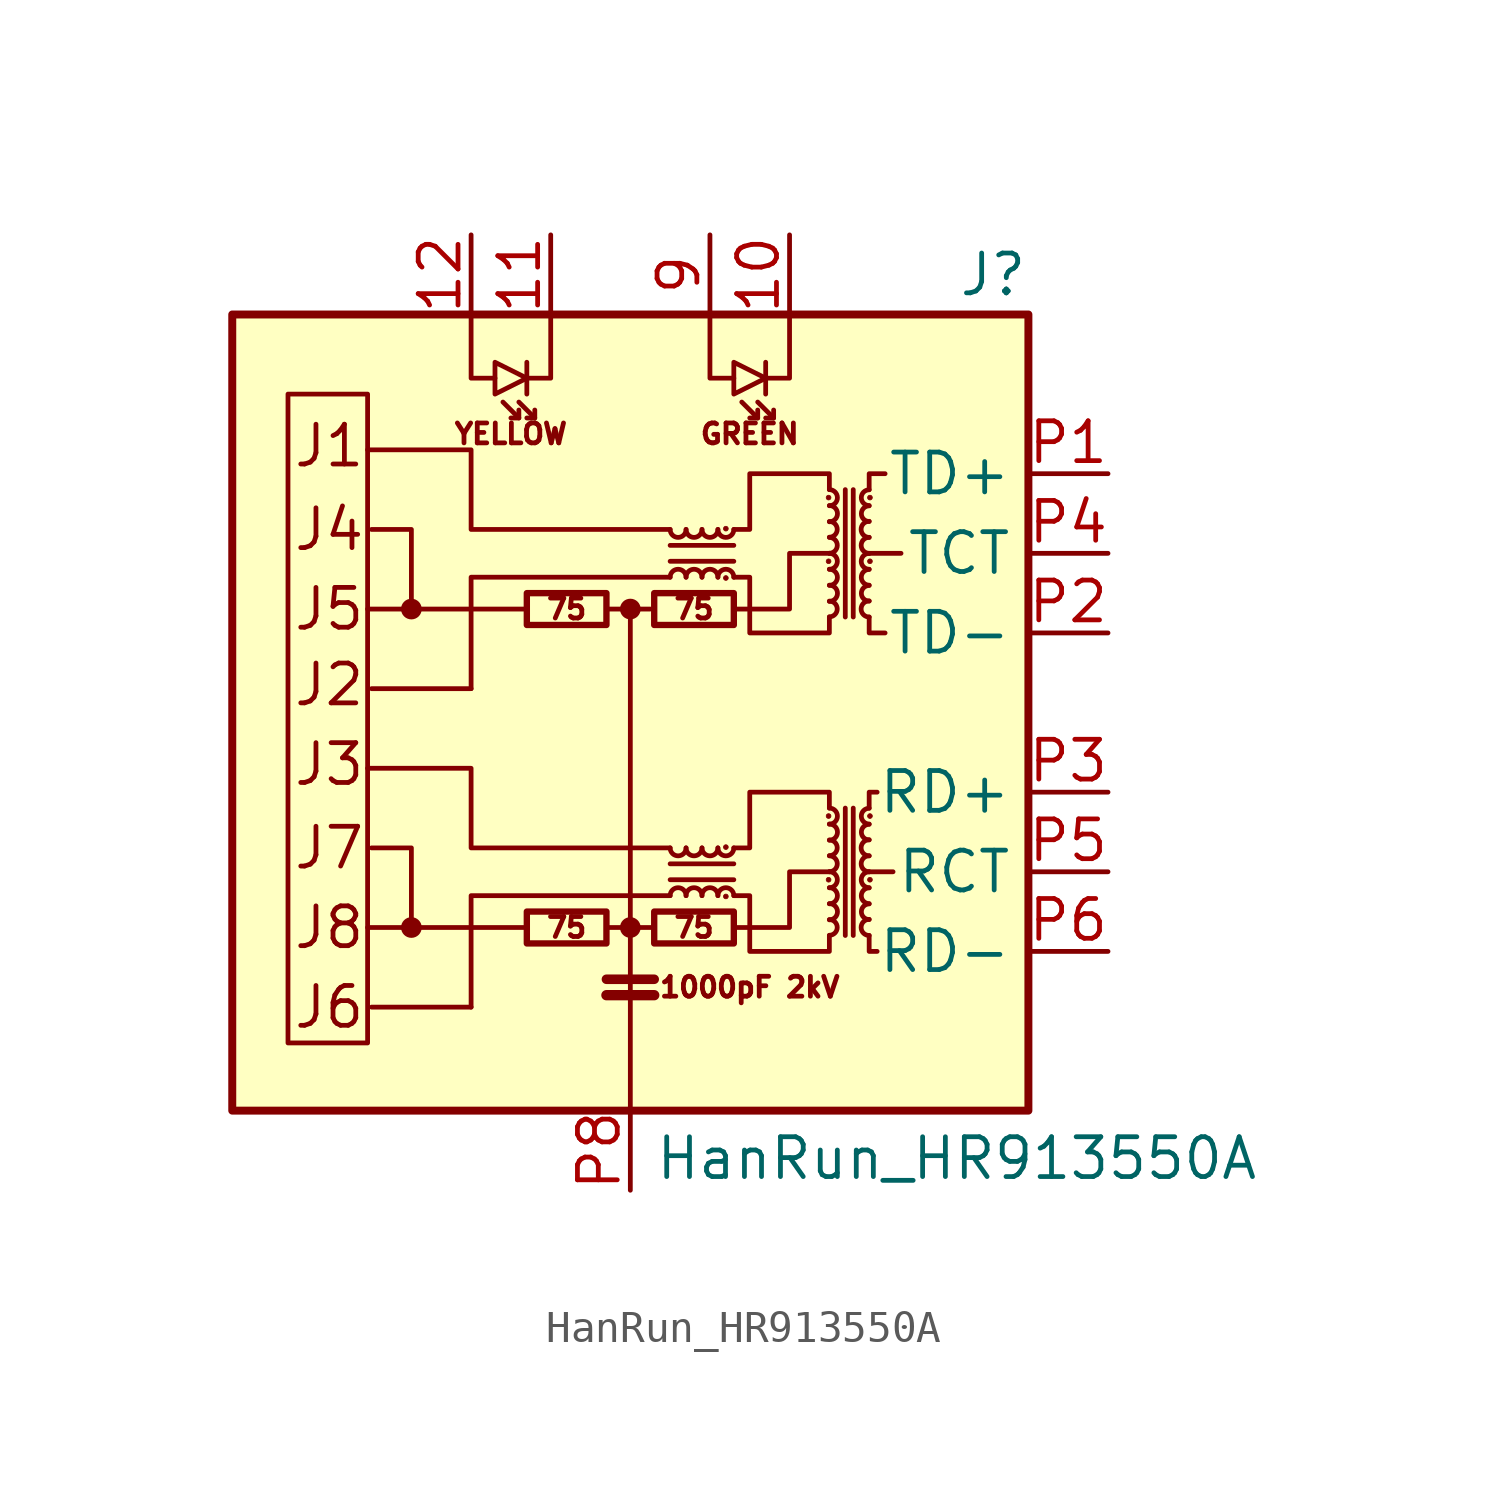
<source format=kicad_sym>
(kicad_symbol_lib
  (version 20211014)
  (generator kicad_symbol_editor)
  (symbol "HanRun_HR913550A"
    (property "Reference" "J"
      (at 12.7 13.97 0)
      (effects (font (size 1.27 1.27)) (justify right)))
    (property "Value" "HanRun_HR913550A"
      (at 10.414 -14.224 0)
      (effects (font (size 1.27 1.27))))
    (symbol "HanRun_HR913550A_0_0"
      (rectangle (start -12.7 12.7) (end 12.7 -12.7) (stroke (width 0.254) (type default) (color 0 0 0 0)) (fill (type background)))
      (polyline (pts (xy -3.302 -6.858) (xy -8.382 -6.858)) (stroke (width 0) (type default) (color 0 0 0 0)) (fill (type none)))
      (polyline (pts (xy -3.302 3.302) (xy -8.382 3.302)) (stroke (width 0) (type default) (color 0 0 0 0)) (fill (type none)))
      (polyline (pts (xy 8.382 -5.08) (xy 7.62 -5.08)) (stroke (width 0) (type default) (color 0 0 0 0)) (fill (type none)))
      (polyline (pts (xy 8.636 5.08) (xy 7.62 5.08)) (stroke (width 0) (type default) (color 0 0 0 0)) (fill (type none)))
      (polyline (pts (xy 1.27 -4.318) (xy -5.08 -4.318) (xy -5.08 -1.778) (xy -8.382 -1.778)) (stroke (width 0) (type default) (color 0 0 0 0)) (fill (type none)))
      (polyline (pts (xy 1.27 5.842) (xy -5.08 5.842) (xy -5.08 8.382) (xy -8.382 8.382)) (stroke (width 0) (type default) (color 0 0 0 0)) (fill (type none)))
      (polyline (pts (xy 3.302 -6.858) (xy 5.08 -6.858) (xy 5.08 -5.08) (xy 6.35 -5.08)) (stroke (width 0) (type default) (color 0 0 0 0)) (fill (type none)))
      (polyline (pts (xy 3.302 3.302) (xy 5.08 3.302) (xy 5.08 5.08) (xy 6.35 5.08)) (stroke (width 0) (type default) (color 0 0 0 0)) (fill (type none)))
      (text "1000pF 2kV" (at 3.81 -8.763 0) (effects (font (size 0.635 0.635))))
      (text "75" (at -2.032 -6.858 0) (effects (font (size 0.635 0.635))))
      (text "75" (at -2.032 3.302 0) (effects (font (size 0.635 0.635))))
      (text "75" (at 2.032 -6.858 0) (effects (font (size 0.635 0.635))))
      (text "75" (at 2.032 3.302 0) (effects (font (size 0.635 0.635))))
      (text "GREEN" (at 3.81 8.89 0) (effects (font (size 0.635 0.635))))
      (text "J1" (at -10.795 8.509 0) (effects (font (size 1.27 1.27)) (justify left)))
      (text "J2" (at -10.795 0.889 0) (effects (font (size 1.27 1.27)) (justify left)))
      (text "J3" (at -10.795 -1.651 0) (effects (font (size 1.27 1.27)) (justify left)))
      (text "J4" (at -10.795 5.842 0) (effects (font (size 1.27 1.27)) (justify left)))
      (text "J5" (at -10.795 3.302 0) (effects (font (size 1.27 1.27)) (justify left)))
      (text "J6" (at -10.795 -9.398 0) (effects (font (size 1.27 1.27)) (justify left)))
      (text "J7" (at -10.795 -4.318 0) (effects (font (size 1.27 1.27)) (justify left)))
      (text "J8" (at -10.795 -6.858 0) (effects (font (size 1.27 1.27)) (justify left)))
      (text "YELLOW" (at -3.81 8.89 0) (effects (font (size 0.635 0.635)))))
    (symbol "HanRun_HR913550A_0_1"
      (rectangle (start -8.382 -10.541) (end -10.922 10.16) (stroke (width 0) (type default) (color 0 0 0 0)) (fill (type none)))
      (circle (center -6.985 -6.858) (radius 0.254) (stroke (width 0) (type default) (color 0 0 0 0)) (fill (type outline)))
      (circle (center -6.985 3.302) (radius 0.254) (stroke (width 0) (type default) (color 0 0 0 0)) (fill (type outline)))
      (rectangle (start -3.302 -7.366) (end -0.762 -6.35) (stroke (width 0.203) (type default) (color 0 0 0 0)) (fill (type none)))
      (rectangle (start -3.302 2.794) (end -0.762 3.81) (stroke (width 0.203) (type default) (color 0 0 0 0)) (fill (type none)))
      (circle (center 0 -6.858) (radius 0.254) (stroke (width 0) (type default) (color 0 0 0 0)) (fill (type outline)))
      (polyline (pts (xy -5.08 -9.398) (xy -8.255 -9.398)) (stroke (width 0) (type default) (color 0 0 0 0)) (fill (type none)))
      (polyline (pts (xy -5.08 0.762) (xy -8.255 0.762)) (stroke (width 0) (type default) (color 0 0 0 0)) (fill (type none)))
      (polyline (pts (xy -3.556 9.398) (xy -4.064 9.906)) (stroke (width 0) (type default) (color 0 0 0 0)) (fill (type none)))
      (polyline (pts (xy -3.302 11.176) (xy -3.302 10.16)) (stroke (width 0) (type default) (color 0 0 0 0)) (fill (type none)))
      (polyline (pts (xy -3.048 9.398) (xy -3.556 9.906)) (stroke (width 0) (type default) (color 0 0 0 0)) (fill (type none)))
      (polyline (pts (xy -0.762 -9.017) (xy 0.762 -9.017)) (stroke (width 0.33) (type default) (color 0 0 0 0)) (fill (type none)))
      (polyline (pts (xy -0.762 -8.509) (xy 0.762 -8.509)) (stroke (width 0.305) (type default) (color 0 0 0 0)) (fill (type none)))
      (polyline (pts (xy 0 3.302) (xy -0.762 3.302)) (stroke (width 0) (type default) (color 0 0 0 0)) (fill (type none)))
      (polyline (pts (xy 0.762 -6.858) (xy -0.762 -6.858)) (stroke (width 0) (type default) (color 0 0 0 0)) (fill (type none)))
      (polyline (pts (xy 1.27 -5.334) (xy 3.302 -5.334)) (stroke (width 0) (type default) (color 0 0 0 0)) (fill (type none)))
      (polyline (pts (xy 1.27 4.826) (xy 3.302 4.826)) (stroke (width 0) (type default) (color 0 0 0 0)) (fill (type none)))
      (polyline (pts (xy 3.302 -4.826) (xy 1.27 -4.826)) (stroke (width 0) (type default) (color 0 0 0 0)) (fill (type none)))
      (polyline (pts (xy 3.302 5.334) (xy 1.27 5.334)) (stroke (width 0) (type default) (color 0 0 0 0)) (fill (type none)))
      (polyline (pts (xy 4.064 9.398) (xy 3.556 9.906)) (stroke (width 0) (type default) (color 0 0 0 0)) (fill (type none)))
      (polyline (pts (xy 4.318 11.176) (xy 4.318 10.16)) (stroke (width 0) (type default) (color 0 0 0 0)) (fill (type none)))
      (polyline (pts (xy 4.572 9.398) (xy 4.064 9.906)) (stroke (width 0) (type default) (color 0 0 0 0)) (fill (type none)))
      (polyline (pts (xy 6.858 -3.048) (xy 6.858 -7.112)) (stroke (width 0) (type default) (color 0 0 0 0)) (fill (type none)))
      (polyline (pts (xy 6.858 7.112) (xy 6.858 3.048)) (stroke (width 0) (type default) (color 0 0 0 0)) (fill (type none)))
      (polyline (pts (xy 7.112 -7.112) (xy 7.112 -3.048)) (stroke (width 0) (type default) (color 0 0 0 0)) (fill (type none)))
      (polyline (pts (xy 7.112 3.048) (xy 7.112 7.112)) (stroke (width 0) (type default) (color 0 0 0 0)) (fill (type none)))
      (polyline (pts (xy -6.985 -6.858) (xy -6.985 -4.318) (xy -8.255 -4.318)) (stroke (width 0) (type default) (color 0 0 0 0)) (fill (type none)))
      (polyline (pts (xy -6.985 3.302) (xy -6.985 5.842) (xy -8.255 5.842)) (stroke (width 0) (type default) (color 0 0 0 0)) (fill (type none)))
      (polyline (pts (xy -5.08 12.7) (xy -5.08 10.668) (xy -4.318 10.668)) (stroke (width 0) (type default) (color 0 0 0 0)) (fill (type none)))
      (polyline (pts (xy -3.556 9.652) (xy -3.556 9.398) (xy -3.81 9.398)) (stroke (width 0) (type default) (color 0 0 0 0)) (fill (type none)))
      (polyline (pts (xy -3.048 9.652) (xy -3.048 9.398) (xy -3.302 9.398)) (stroke (width 0) (type default) (color 0 0 0 0)) (fill (type none)))
      (polyline (pts (xy -2.54 12.7) (xy -2.54 10.668) (xy -3.302 10.668)) (stroke (width 0) (type default) (color 0 0 0 0)) (fill (type none)))
      (polyline (pts (xy 0 -12.7) (xy 0 3.302) (xy 0.635 3.302)) (stroke (width 0) (type default) (color 0 0 0 0)) (fill (type none)))
      (polyline (pts (xy 1.27 -5.842) (xy -5.08 -5.842) (xy -5.08 -9.398)) (stroke (width 0) (type default) (color 0 0 0 0)) (fill (type none)))
      (polyline (pts (xy 1.27 4.318) (xy -5.08 4.318) (xy -5.08 0.762)) (stroke (width 0) (type default) (color 0 0 0 0)) (fill (type none)))
      (polyline (pts (xy 2.54 12.7) (xy 2.54 10.668) (xy 3.302 10.668)) (stroke (width 0) (type default) (color 0 0 0 0)) (fill (type none)))
      (polyline (pts (xy 4.064 9.652) (xy 4.064 9.398) (xy 3.81 9.398)) (stroke (width 0) (type default) (color 0 0 0 0)) (fill (type none)))
      (polyline (pts (xy 4.572 9.652) (xy 4.572 9.398) (xy 4.318 9.398)) (stroke (width 0) (type default) (color 0 0 0 0)) (fill (type none)))
      (polyline (pts (xy 5.08 12.7) (xy 5.08 10.668) (xy 4.318 10.668)) (stroke (width 0) (type default) (color 0 0 0 0)) (fill (type none)))
      (polyline (pts (xy 7.62 -7.112) (xy 7.62 -7.62) (xy 7.874 -7.62)) (stroke (width 0) (type default) (color 0 0 0 0)) (fill (type none)))
      (polyline (pts (xy 7.62 -3.048) (xy 7.62 -2.54) (xy 7.874 -2.54)) (stroke (width 0) (type default) (color 0 0 0 0)) (fill (type none)))
      (polyline (pts (xy 7.62 3.048) (xy 7.62 2.54) (xy 8.128 2.54)) (stroke (width 0) (type default) (color 0 0 0 0)) (fill (type none)))
      (polyline (pts (xy 7.62 7.112) (xy 7.62 7.62) (xy 8.128 7.62)) (stroke (width 0) (type default) (color 0 0 0 0)) (fill (type none)))
      (polyline (pts (xy -3.302 10.668) (xy -4.318 11.176) (xy -4.318 10.16) (xy -3.302 10.668)) (stroke (width 0) (type default) (color 0 0 0 0)) (fill (type none)))
      (polyline (pts (xy 4.318 10.668) (xy 3.302 11.176) (xy 3.302 10.16) (xy 4.318 10.668)) (stroke (width 0) (type default) (color 0 0 0 0)) (fill (type none)))
      (polyline (pts (xy 3.302 -4.318) (xy 3.81 -4.318) (xy 3.81 -2.54) (xy 6.35 -2.54) (xy 6.35 -3.048)) (stroke (width 0) (type default) (color 0 0 0 0)) (fill (type none)))
      (polyline (pts (xy 3.302 5.842) (xy 3.81 5.842) (xy 3.81 7.62) (xy 6.35 7.62) (xy 6.35 7.112)) (stroke (width 0) (type default) (color 0 0 0 0)) (fill (type none)))
      (polyline (pts (xy 6.35 -7.112) (xy 6.35 -7.62) (xy 3.81 -7.62) (xy 3.81 -5.842) (xy 3.302 -5.842)) (stroke (width 0) (type default) (color 0 0 0 0)) (fill (type none)))
      (polyline (pts (xy 6.35 3.048) (xy 6.35 2.54) (xy 3.81 2.54) (xy 3.81 4.318) (xy 3.302 4.318)) (stroke (width 0) (type default) (color 0 0 0 0)) (fill (type none)))
      (circle (center 0 3.302) (radius 0.254) (stroke (width 0) (type default) (color 0 0 0 0)) (fill (type outline)))
      (rectangle (start 0.762 -7.366) (end 3.302 -6.35) (stroke (width 0.203) (type default) (color 0 0 0 0)) (fill (type none)))
      (rectangle (start 0.762 2.794) (end 3.302 3.81) (stroke (width 0.203) (type default) (color 0 0 0 0)) (fill (type none)))
      (arc (start 1.27 -4.318) (mid 1.524 -4.572) (end 1.778 -4.318) (stroke (width 0) (type default) (color 0 0 0 0)) (fill (type none)))
      (arc (start 1.27 5.842) (mid 1.524 5.588) (end 1.778 5.842) (stroke (width 0) (type default) (color 0 0 0 0)) (fill (type none)))
      (arc (start 1.778 -5.842) (mid 1.524 -5.588) (end 1.27 -5.842) (stroke (width 0) (type default) (color 0 0 0 0)) (fill (type none)))
      (arc (start 1.778 -4.318) (mid 2.032 -4.572) (end 2.286 -4.318) (stroke (width 0) (type default) (color 0 0 0 0)) (fill (type none)))
      (arc (start 1.778 4.318) (mid 1.524 4.572) (end 1.27 4.318) (stroke (width 0) (type default) (color 0 0 0 0)) (fill (type none)))
      (arc (start 1.778 5.842) (mid 2.032 5.588) (end 2.286 5.842) (stroke (width 0) (type default) (color 0 0 0 0)) (fill (type none)))
      (arc (start 2.286 -5.842) (mid 2.032 -5.588) (end 1.778 -5.842) (stroke (width 0) (type default) (color 0 0 0 0)) (fill (type none)))
      (arc (start 2.286 -4.318) (mid 2.54 -4.572) (end 2.794 -4.318) (stroke (width 0) (type default) (color 0 0 0 0)) (fill (type none)))
      (arc (start 2.286 4.318) (mid 2.032 4.572) (end 1.778 4.318) (stroke (width 0) (type default) (color 0 0 0 0)) (fill (type none)))
      (arc (start 2.286 5.842) (mid 2.54 5.588) (end 2.794 5.842) (stroke (width 0) (type default) (color 0 0 0 0)) (fill (type none)))
      (arc (start 2.794 -5.842) (mid 2.54 -5.588) (end 2.286 -5.842) (stroke (width 0) (type default) (color 0 0 0 0)) (fill (type none)))
      (arc (start 2.794 -4.318) (mid 3.048 -4.572) (end 3.302 -4.318) (stroke (width 0) (type default) (color 0 0 0 0)) (fill (type none)))
      (arc (start 2.794 4.318) (mid 2.54 4.572) (end 2.286 4.318) (stroke (width 0) (type default) (color 0 0 0 0)) (fill (type none)))
      (arc (start 2.794 5.842) (mid 3.048 5.588) (end 3.302 5.842) (stroke (width 0) (type default) (color 0 0 0 0)) (fill (type none)))
      (circle (center 3.048 -5.867) (radius 0.076) (stroke (width 0.025) (type default) (color 0 0 0 0)) (fill (type outline)))
      (circle (center 3.048 -4.293) (radius 0.076) (stroke (width 0.025) (type default) (color 0 0 0 0)) (fill (type outline)))
      (circle (center 3.048 4.293) (radius 0.076) (stroke (width 0.025) (type default) (color 0 0 0 0)) (fill (type outline)))
      (circle (center 3.048 5.867) (radius 0.076) (stroke (width 0.025) (type default) (color 0 0 0 0)) (fill (type outline)))
      (arc (start 3.302 -5.842) (mid 3.048 -5.588) (end 2.794 -5.842) (stroke (width 0) (type default) (color 0 0 0 0)) (fill (type none)))
      (arc (start 3.302 4.318) (mid 3.048 4.572) (end 2.794 4.318) (stroke (width 0) (type default) (color 0 0 0 0)) (fill (type none)))
      (circle (center 6.325 -5.334) (radius 0.076) (stroke (width 0.025) (type default) (color 0 0 0 0)) (fill (type outline)))
      (circle (center 6.325 -3.302) (radius 0.076) (stroke (width 0.025) (type default) (color 0 0 0 0)) (fill (type outline)))
      (circle (center 6.325 4.826) (radius 0.076) (stroke (width 0.025) (type default) (color 0 0 0 0)) (fill (type outline)))
      (circle (center 6.325 6.858) (radius 0.076) (stroke (width 0.025) (type default) (color 0 0 0 0)) (fill (type outline)))
      (arc (start 6.35 -7.112) (mid 6.604 -6.858) (end 6.35 -6.604) (stroke (width 0) (type default) (color 0 0 0 0)) (fill (type none)))
      (arc (start 6.35 -6.604) (mid 6.604 -6.35) (end 6.35 -6.096) (stroke (width 0) (type default) (color 0 0 0 0)) (fill (type none)))
      (arc (start 6.35 -6.096) (mid 6.604 -5.842) (end 6.35 -5.588) (stroke (width 0) (type default) (color 0 0 0 0)) (fill (type none)))
      (arc (start 6.35 -5.588) (mid 6.604 -5.334) (end 6.35 -5.08) (stroke (width 0) (type default) (color 0 0 0 0)) (fill (type none)))
      (arc (start 6.35 -5.08) (mid 6.604 -4.826) (end 6.35 -4.572) (stroke (width 0) (type default) (color 0 0 0 0)) (fill (type none)))
      (arc (start 6.35 -4.572) (mid 6.604 -4.318) (end 6.35 -4.064) (stroke (width 0) (type default) (color 0 0 0 0)) (fill (type none)))
      (arc (start 6.35 -4.064) (mid 6.604 -3.81) (end 6.35 -3.556) (stroke (width 0) (type default) (color 0 0 0 0)) (fill (type none)))
      (arc (start 6.35 -3.556) (mid 6.604 -3.302) (end 6.35 -3.048) (stroke (width 0) (type default) (color 0 0 0 0)) (fill (type none)))
      (arc (start 6.35 3.048) (mid 6.604 3.302) (end 6.35 3.556) (stroke (width 0) (type default) (color 0 0 0 0)) (fill (type none)))
      (arc (start 6.35 3.556) (mid 6.604 3.81) (end 6.35 4.064) (stroke (width 0) (type default) (color 0 0 0 0)) (fill (type none)))
      (arc (start 6.35 4.064) (mid 6.604 4.318) (end 6.35 4.572) (stroke (width 0) (type default) (color 0 0 0 0)) (fill (type none)))
      (arc (start 6.35 4.572) (mid 6.604 4.826) (end 6.35 5.08) (stroke (width 0) (type default) (color 0 0 0 0)) (fill (type none)))
      (arc (start 6.35 5.08) (mid 6.604 5.334) (end 6.35 5.588) (stroke (width 0) (type default) (color 0 0 0 0)) (fill (type none)))
      (arc (start 6.35 5.588) (mid 6.604 5.842) (end 6.35 6.096) (stroke (width 0) (type default) (color 0 0 0 0)) (fill (type none)))
      (arc (start 6.35 6.096) (mid 6.604 6.35) (end 6.35 6.604) (stroke (width 0) (type default) (color 0 0 0 0)) (fill (type none)))
      (arc (start 6.35 6.604) (mid 6.604 6.858) (end 6.35 7.112) (stroke (width 0) (type default) (color 0 0 0 0)) (fill (type none)))
      (arc (start 7.62 -6.604) (mid 7.366 -6.858) (end 7.62 -7.112) (stroke (width 0) (type default) (color 0 0 0 0)) (fill (type none)))
      (arc (start 7.62 -6.096) (mid 7.366 -6.35) (end 7.62 -6.604) (stroke (width 0) (type default) (color 0 0 0 0)) (fill (type none)))
      (arc (start 7.62 -5.588) (mid 7.366 -5.842) (end 7.62 -6.096) (stroke (width 0) (type default) (color 0 0 0 0)) (fill (type none)))
      (arc (start 7.62 -5.08) (mid 7.366 -5.334) (end 7.62 -5.588) (stroke (width 0) (type default) (color 0 0 0 0)) (fill (type none)))
      (arc (start 7.62 -4.572) (mid 7.366 -4.826) (end 7.62 -5.08) (stroke (width 0) (type default) (color 0 0 0 0)) (fill (type none)))
      (arc (start 7.62 -4.064) (mid 7.366 -4.318) (end 7.62 -4.572) (stroke (width 0) (type default) (color 0 0 0 0)) (fill (type none)))
      (arc (start 7.62 -3.556) (mid 7.366 -3.81) (end 7.62 -4.064) (stroke (width 0) (type default) (color 0 0 0 0)) (fill (type none)))
      (arc (start 7.62 -3.048) (mid 7.366 -3.302) (end 7.62 -3.556) (stroke (width 0) (type default) (color 0 0 0 0)) (fill (type none)))
      (arc (start 7.62 3.556) (mid 7.366 3.302) (end 7.62 3.048) (stroke (width 0) (type default) (color 0 0 0 0)) (fill (type none)))
      (arc (start 7.62 4.064) (mid 7.366 3.81) (end 7.62 3.556) (stroke (width 0) (type default) (color 0 0 0 0)) (fill (type none)))
      (arc (start 7.62 4.572) (mid 7.366 4.318) (end 7.62 4.064) (stroke (width 0) (type default) (color 0 0 0 0)) (fill (type none)))
      (arc (start 7.62 5.08) (mid 7.366 4.826) (end 7.62 4.572) (stroke (width 0) (type default) (color 0 0 0 0)) (fill (type none)))
      (arc (start 7.62 5.588) (mid 7.366 5.334) (end 7.62 5.08) (stroke (width 0) (type default) (color 0 0 0 0)) (fill (type none)))
      (arc (start 7.62 6.096) (mid 7.366 5.842) (end 7.62 5.588) (stroke (width 0) (type default) (color 0 0 0 0)) (fill (type none)))
      (arc (start 7.62 6.604) (mid 7.366 6.35) (end 7.62 6.096) (stroke (width 0) (type default) (color 0 0 0 0)) (fill (type none)))
      (arc (start 7.62 7.112) (mid 7.366 6.858) (end 7.62 6.604) (stroke (width 0) (type default) (color 0 0 0 0)) (fill (type none)))
      (circle (center 7.645 -5.334) (radius 0.076) (stroke (width 0.025) (type default) (color 0 0 0 0)) (fill (type outline)))
      (circle (center 7.645 -3.302) (radius 0.076) (stroke (width 0.025) (type default) (color 0 0 0 0)) (fill (type outline)))
      (circle (center 7.645 4.826) (radius 0.076) (stroke (width 0.025) (type default) (color 0 0 0 0)) (fill (type outline)))
      (circle (center 7.645 6.858) (radius 0.076) (stroke (width 0.025) (type default) (color 0 0 0 0)) (fill (type outline))))
    (symbol "HanRun_HR913550A_1_1"
      (pin passive line (at 5.08 15.24 270) (length 2.54) (name "~" (effects (font (size 1.27 1.27)))) (number "10" (effects (font (size 1.27 1.27)))))
      (pin passive line (at -2.54 15.24 270) (length 2.54) (name "~" (effects (font (size 1.27 1.27)))) (number "11" (effects (font (size 1.27 1.27)))))
      (pin passive line (at -5.08 15.24 270) (length 2.54) (name "~" (effects (font (size 1.27 1.27)))) (number "12" (effects (font (size 1.27 1.27)))))
      (pin passive line (at 2.54 15.24 270) (length 2.54) (name "~" (effects (font (size 1.27 1.27)))) (number "9" (effects (font (size 1.27 1.27)))))
      (pin passive line (at 15.24 7.62 180) (length 2.54) (name "TD+" (effects (font (size 1.27 1.27)))) (number "P1" (effects (font (size 1.27 1.27)))))
      (pin passive line (at 15.24 2.54 180) (length 2.54) (name "TD-" (effects (font (size 1.27 1.27)))) (number "P2" (effects (font (size 1.27 1.27)))))
      (pin passive line (at 15.24 -2.54 180) (length 2.54) (name "RD+" (effects (font (size 1.27 1.27)))) (number "P3" (effects (font (size 1.27 1.27)))))
      (pin passive line (at 15.24 5.08 180) (length 2.54) (name "TCT" (effects (font (size 1.27 1.27)))) (number "P4" (effects (font (size 1.27 1.27)))))
      (pin passive line (at 15.24 -5.08 180) (length 2.54) (name "RCT" (effects (font (size 1.27 1.27)))) (number "P5" (effects (font (size 1.27 1.27)))))
      (pin passive line (at 15.24 -7.62 180) (length 2.54) (name "RD-" (effects (font (size 1.27 1.27)))) (number "P6" (effects (font (size 1.27 1.27)))))
      (pin no_connect line (at 15.24 -10.16 180) (length 2.54) hide (name "NC" (effects (font (size 1.27 1.27)))) (number "P7" (effects (font (size 1.27 1.27)))))
      (pin passive line (at 0 -15.24 90) (length 2.54) (name "~" (effects (font (size 1.27 1.27)))) (number "P8" (effects (font (size 1.27 1.27))))))))
</source>
